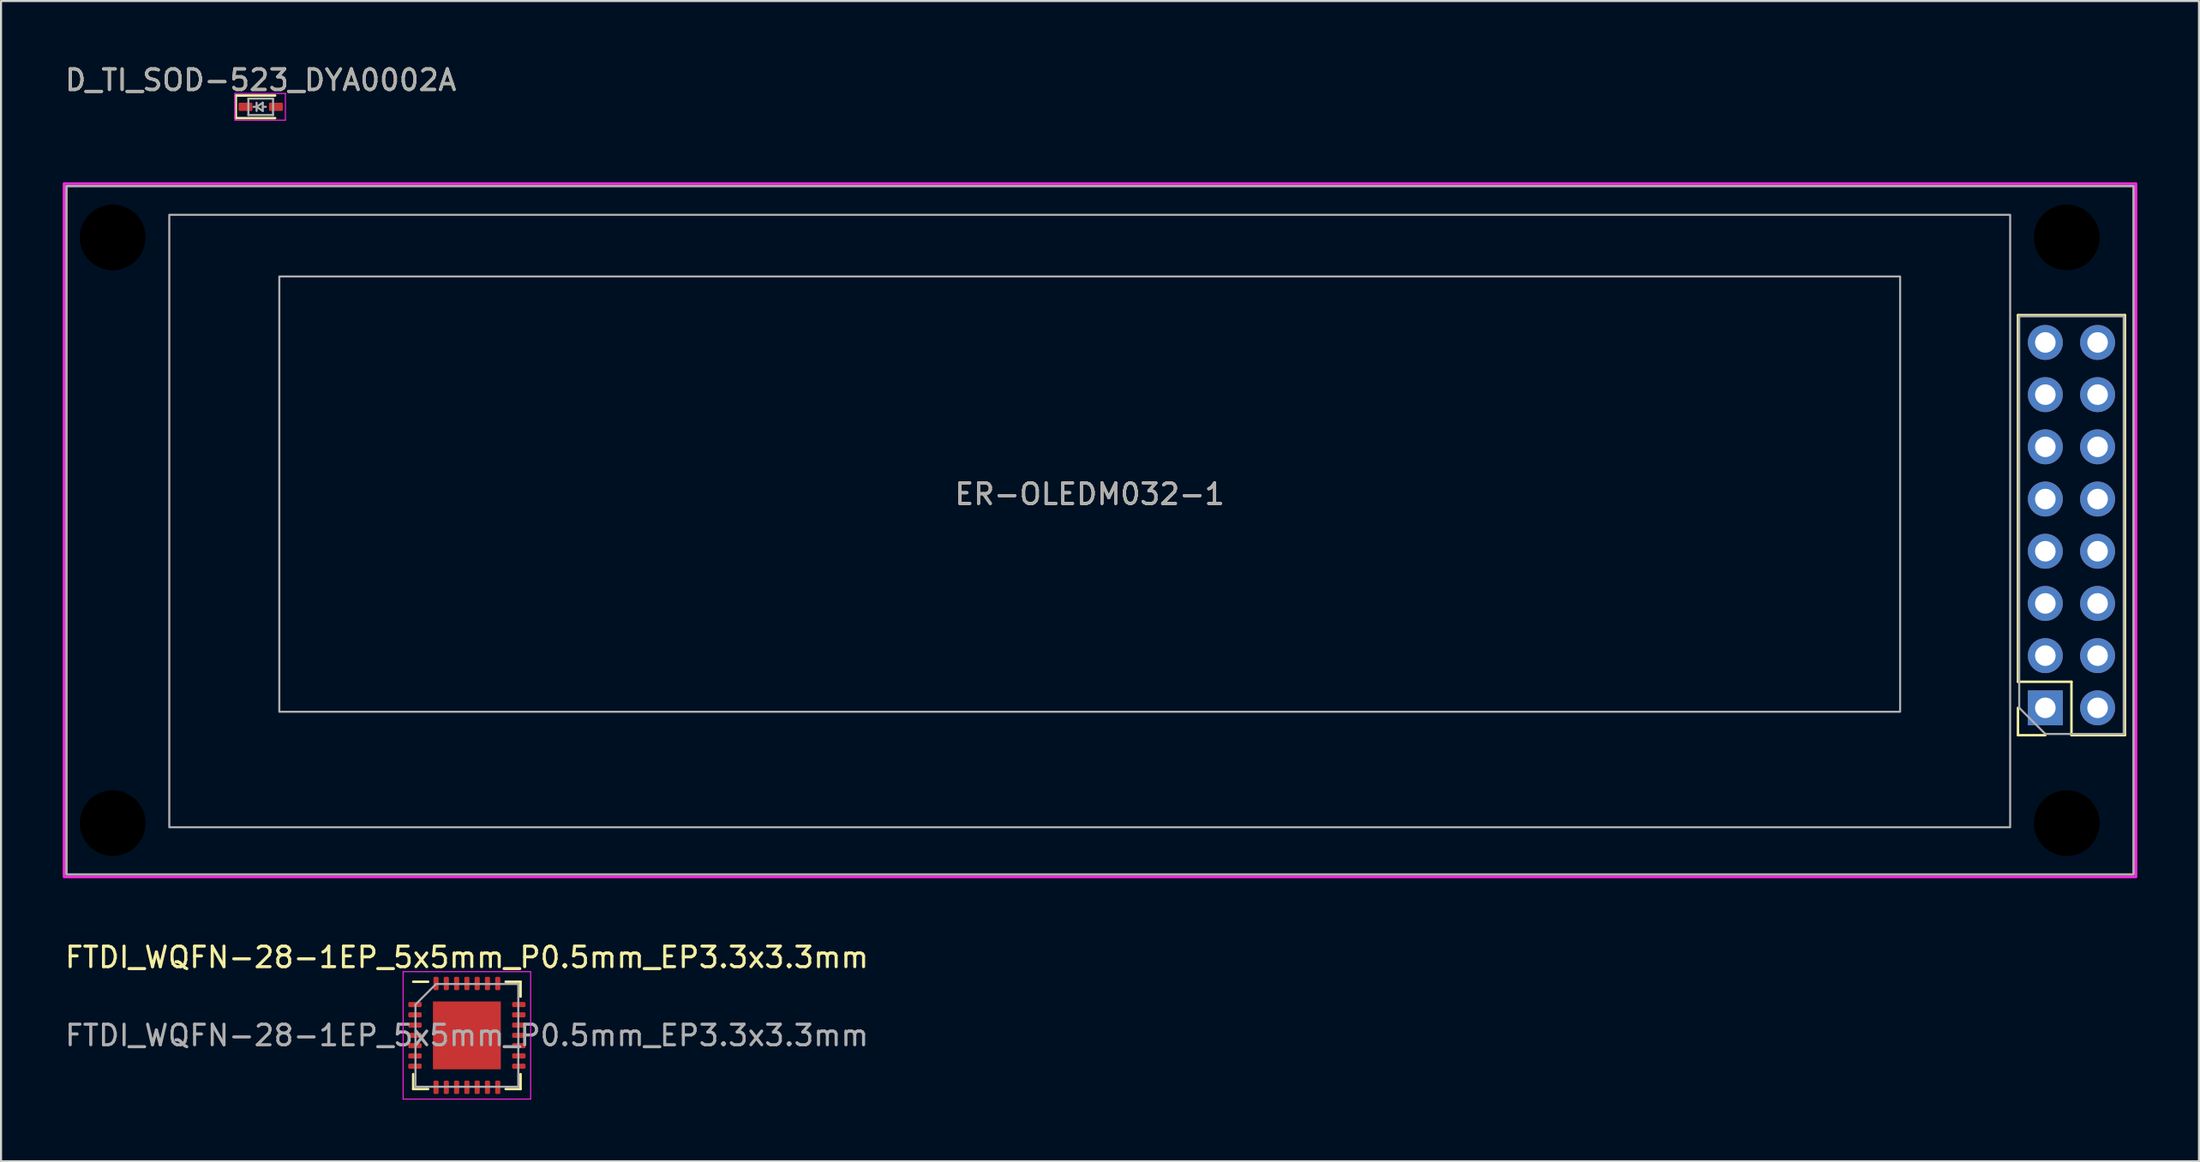
<source format=kicad_pcb>
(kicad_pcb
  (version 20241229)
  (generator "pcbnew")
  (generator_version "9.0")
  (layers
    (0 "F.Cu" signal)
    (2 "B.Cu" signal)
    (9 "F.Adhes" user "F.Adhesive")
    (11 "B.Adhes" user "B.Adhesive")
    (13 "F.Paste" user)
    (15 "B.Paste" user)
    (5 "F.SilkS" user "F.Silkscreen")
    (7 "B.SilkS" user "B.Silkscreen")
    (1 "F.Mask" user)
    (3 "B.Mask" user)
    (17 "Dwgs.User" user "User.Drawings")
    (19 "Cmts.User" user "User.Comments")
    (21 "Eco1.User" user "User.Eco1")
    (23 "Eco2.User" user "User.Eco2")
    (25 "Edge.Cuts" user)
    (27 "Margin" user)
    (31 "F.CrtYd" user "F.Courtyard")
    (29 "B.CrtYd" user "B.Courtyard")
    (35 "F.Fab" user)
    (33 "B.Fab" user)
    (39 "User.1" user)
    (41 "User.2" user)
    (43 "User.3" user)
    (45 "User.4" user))
  (footprint "FTDI_WQFN-28-1EP_5x5mm_P0.5mm_EP3.3x3.3mm"
    (layer "F.Cu")
    (at 19.649 47.331)
    (property "Reference" "FTDI_WQFN-28-1EP_5x5mm_P0.5mm_EP3.3x3.3mm" (at 0 -3.8 0) (layer "F.SilkS") (effects (font (size 1 1) (thickness 0.15))))
    (attr smd)
    (fp_line (start -2.61 2.61) (end -2.61 1.885) (stroke (width 0.12) (type solid)) (layer "F.SilkS"))
    (fp_line (start -1.885 -2.61) (end -2.61 -2.61) (stroke (width 0.12) (type solid)) (layer "F.SilkS"))
    (fp_line (start -1.885 2.61) (end -2.61 2.61) (stroke (width 0.12) (type solid)) (layer "F.SilkS"))
    (fp_line (start 1.885 -2.61) (end 2.61 -2.61) (stroke (width 0.12) (type solid)) (layer "F.SilkS"))
    (fp_line (start 1.885 2.61) (end 2.61 2.61) (stroke (width 0.12) (type solid)) (layer "F.SilkS"))
    (fp_line (start 2.61 -2.61) (end 2.61 -1.885) (stroke (width 0.12) (type solid)) (layer "F.SilkS"))
    (fp_line (start 2.61 2.61) (end 2.61 1.885) (stroke (width 0.12) (type solid)) (layer "F.SilkS"))
    (fp_line (start -3.1 -3.1) (end -3.1 3.1) (stroke (width 0.05) (type solid)) (layer "F.CrtYd"))
    (fp_line (start -3.1 3.1) (end 3.1 3.1) (stroke (width 0.05) (type solid)) (layer "F.CrtYd"))
    (fp_line (start 3.1 -3.1) (end -3.1 -3.1) (stroke (width 0.05) (type solid)) (layer "F.CrtYd"))
    (fp_line (start 3.1 3.1) (end 3.1 -3.1) (stroke (width 0.05) (type solid)) (layer "F.CrtYd"))
    (fp_line (start -2.5 -1.5) (end -1.5 -2.5) (stroke (width 0.1) (type solid)) (layer "F.Fab"))
    (fp_line (start -2.5 2.5) (end -2.5 -1.5) (stroke (width 0.1) (type solid)) (layer "F.Fab"))
    (fp_line (start -1.5 -2.5) (end 2.5 -2.5) (stroke (width 0.1) (type solid)) (layer "F.Fab"))
    (fp_line (start 2.5 -2.5) (end 2.5 2.5) (stroke (width 0.1) (type solid)) (layer "F.Fab"))
    (fp_line (start 2.5 2.5) (end -2.5 2.5) (stroke (width 0.1) (type solid)) (layer "F.Fab"))
    (fp_text user "${REFERENCE}" (at 0 0 0) (layer "F.Fab") (effects (font (size 1 1) (thickness 0.15))))
    (pad "" smd roundrect (at -1.12 -1.12) (size 0.9 0.9) (layers "F.Paste") (roundrect_rratio 0.25))
    (pad "" smd roundrect (at -1.12 0) (size 0.9 0.9) (layers "F.Paste") (roundrect_rratio 0.25))
    (pad "" smd roundrect (at -1.12 1.12) (size 0.9 0.9) (layers "F.Paste") (roundrect_rratio 0.25))
    (pad "" smd roundrect (at 0 -1.12) (size 0.9 0.9) (layers "F.Paste") (roundrect_rratio 0.25))
    (pad "" smd roundrect (at 0 0) (size 0.9 0.9) (layers "F.Paste") (roundrect_rratio 0.25))
    (pad "" smd roundrect (at 0 1.12) (size 0.9 0.9) (layers "F.Paste") (roundrect_rratio 0.25))
    (pad "" smd roundrect (at 1.12 -1.12) (size 0.9 0.9) (layers "F.Paste") (roundrect_rratio 0.25))
    (pad "" smd roundrect (at 1.12 0) (size 0.9 0.9) (layers "F.Paste") (roundrect_rratio 0.25))
    (pad "" smd roundrect (at 1.12 1.12) (size 0.9 0.9) (layers "F.Paste") (roundrect_rratio 0.25))
    (pad "1" smd roundrect (at -2.525 -1.5) (size 0.65 0.25) (layers "F.Cu" "F.Mask" "F.Paste") (roundrect_rratio 0.25))
    (pad "2" smd roundrect (at -2.525 -1) (size 0.65 0.25) (layers "F.Cu" "F.Mask" "F.Paste") (roundrect_rratio 0.25))
    (pad "3" smd roundrect (at -2.525 -0.5) (size 0.65 0.25) (layers "F.Cu" "F.Mask" "F.Paste") (roundrect_rratio 0.25))
    (pad "4" smd roundrect (at -2.525 0) (size 0.65 0.25) (layers "F.Cu" "F.Mask" "F.Paste") (roundrect_rratio 0.25))
    (pad "5" smd roundrect (at -2.525 0.5) (size 0.65 0.25) (layers "F.Cu" "F.Mask" "F.Paste") (roundrect_rratio 0.25))
    (pad "6" smd roundrect (at -2.525 1) (size 0.65 0.25) (layers "F.Cu" "F.Mask" "F.Paste") (roundrect_rratio 0.25))
    (pad "7" smd roundrect (at -2.525 1.5) (size 0.65 0.25) (layers "F.Cu" "F.Mask" "F.Paste") (roundrect_rratio 0.25))
    (pad "8" smd roundrect (at -1.5 2.525) (size 0.25 0.65) (layers "F.Cu" "F.Mask" "F.Paste") (roundrect_rratio 0.25))
    (pad "9" smd roundrect (at -1 2.525) (size 0.25 0.65) (layers "F.Cu" "F.Mask" "F.Paste") (roundrect_rratio 0.25))
    (pad "10" smd roundrect (at -0.5 2.525) (size 0.25 0.65) (layers "F.Cu" "F.Mask" "F.Paste") (roundrect_rratio 0.25))
    (pad "11" smd roundrect (at 0 2.525) (size 0.25 0.65) (layers "F.Cu" "F.Mask" "F.Paste") (roundrect_rratio 0.25))
    (pad "12" smd roundrect (at 0.5 2.525) (size 0.25 0.65) (layers "F.Cu" "F.Mask" "F.Paste") (roundrect_rratio 0.25))
    (pad "13" smd roundrect (at 1 2.525) (size 0.25 0.65) (layers "F.Cu" "F.Mask" "F.Paste") (roundrect_rratio 0.25))
    (pad "14" smd roundrect (at 1.5 2.525) (size 0.25 0.65) (layers "F.Cu" "F.Mask" "F.Paste") (roundrect_rratio 0.25))
    (pad "15" smd roundrect (at 2.525 1.5) (size 0.65 0.25) (layers "F.Cu" "F.Mask" "F.Paste") (roundrect_rratio 0.25))
    (pad "16" smd roundrect (at 2.525 1) (size 0.65 0.25) (layers "F.Cu" "F.Mask" "F.Paste") (roundrect_rratio 0.25))
    (pad "17" smd roundrect (at 2.525 0.5) (size 0.65 0.25) (layers "F.Cu" "F.Mask" "F.Paste") (roundrect_rratio 0.25))
    (pad "18" smd roundrect (at 2.525 0) (size 0.65 0.25) (layers "F.Cu" "F.Mask" "F.Paste") (roundrect_rratio 0.25))
    (pad "19" smd roundrect (at 2.525 -0.5) (size 0.65 0.25) (layers "F.Cu" "F.Mask" "F.Paste") (roundrect_rratio 0.25))
    (pad "20" smd roundrect (at 2.525 -1) (size 0.65 0.25) (layers "F.Cu" "F.Mask" "F.Paste") (roundrect_rratio 0.25))
    (pad "21" smd roundrect (at 2.525 -1.5) (size 0.65 0.25) (layers "F.Cu" "F.Mask" "F.Paste") (roundrect_rratio 0.25))
    (pad "22" smd roundrect (at 1.5 -2.525) (size 0.25 0.65) (layers "F.Cu" "F.Mask" "F.Paste") (roundrect_rratio 0.25))
    (pad "23" smd roundrect (at 1 -2.525) (size 0.25 0.65) (layers "F.Cu" "F.Mask" "F.Paste") (roundrect_rratio 0.25))
    (pad "24" smd roundrect (at 0.5 -2.525) (size 0.25 0.65) (layers "F.Cu" "F.Mask" "F.Paste") (roundrect_rratio 0.25))
    (pad "25" smd roundrect (at 0 -2.525) (size 0.25 0.65) (layers "F.Cu" "F.Mask" "F.Paste") (roundrect_rratio 0.25))
    (pad "26" smd roundrect (at -0.5 -2.525) (size 0.25 0.65) (layers "F.Cu" "F.Mask" "F.Paste") (roundrect_rratio 0.25))
    (pad "27" smd roundrect (at -1 -2.525) (size 0.25 0.65) (layers "F.Cu" "F.Mask" "F.Paste") (roundrect_rratio 0.25))
    (pad "28" smd roundrect (at -1.5 -2.525) (size 0.25 0.65) (layers "F.Cu" "F.Mask" "F.Paste") (roundrect_rratio 0.25))
    (pad "29" smd rect (at 0 0) (size 3.3 3.3) (layers "F.Cu" "F.Mask")))
  (footprint "ER-OLEDM032-1"
    (layer "F.Cu")
    (at 49.93 20.993)
    (property "Reference" "ER-OLEDM032-1" (at 0 0 0) (layer "F.SilkS") (effects (font (size 1 1) (thickness 0.15))))
    (attr through_hole)
    (fp_line (start 45.13 -8.71) (end 50.33 -8.71) (stroke (width 0.12) (type solid)) (layer "F.SilkS"))
    (fp_line (start 45.13 9.13) (end 45.13 -8.71) (stroke (width 0.12) (type solid)) (layer "F.SilkS"))
    (fp_line (start 45.13 9.13) (end 47.73 9.13) (stroke (width 0.12) (type solid)) (layer "F.SilkS"))
    (fp_line (start 45.13 10.4) (end 45.13 11.73) (stroke (width 0.12) (type solid)) (layer "F.SilkS"))
    (fp_line (start 45.13 11.73) (end 46.46 11.73) (stroke (width 0.12) (type solid)) (layer "F.SilkS"))
    (fp_line (start 47.73 9.13) (end 47.73 11.73) (stroke (width 0.12) (type solid)) (layer "F.SilkS"))
    (fp_line (start 47.73 11.73) (end 50.33 11.73) (stroke (width 0.12) (type solid)) (layer "F.SilkS"))
    (fp_line (start 50.33 11.73) (end 50.33 -8.71) (stroke (width 0.12) (type solid)) (layer "F.SilkS"))
    (fp_rect (start -49.87 -15.11) (end 50.87 18.63) (stroke (width 0.12) (type solid)) (fill no) (layer "F.CrtYd"))
    (fp_line (start 45.19 -8.65) (end 45.19 10.4) (stroke (width 0.1) (type solid)) (layer "F.Fab"))
    (fp_line (start 45.19 10.4) (end 46.46 11.67) (stroke (width 0.1) (type solid)) (layer "F.Fab"))
    (fp_line (start 46.46 11.67) (end 50.27 11.67) (stroke (width 0.1) (type solid)) (layer "F.Fab"))
    (fp_line (start 50.27 -8.65) (end 45.19 -8.65) (stroke (width 0.1) (type solid)) (layer "F.Fab"))
    (fp_line (start 50.27 11.67) (end 50.27 -8.65) (stroke (width 0.1) (type solid)) (layer "F.Fab"))
    (fp_rect (start -49.75 -14.99) (end 50.75 18.51) (stroke (width 0.12) (type solid)) (fill no) (layer "F.Fab"))
    (fp_rect (start -44.75 -13.59) (end 44.75 16.21) (stroke (width 0.1) (type solid)) (fill no) (layer "F.Fab"))
    (fp_rect (start -39.4 -10.59) (end 39.4 10.59) (stroke (width 0.1) (type solid)) (fill no) (layer "F.Fab"))
    (fp_text user "${REFERENCE}" (at 0 0 0) (layer "F.Fab") (effects (font (size 1 1) (thickness 0.15))))
    (pad "" np_thru_hole circle (at -47.5 -12.49) (size 4.2 4.2) (drill 3.2) (layers "*.Mask"))
    (pad "" np_thru_hole circle (at -47.5 16.01) (size 4.2 4.2) (drill 3.2) (layers "*.Mask"))
    (pad "" np_thru_hole circle (at 47.5 -12.49) (size 4.2 4.2) (drill 3.2) (layers "*.Mask"))
    (pad "" np_thru_hole circle (at 47.5 16.01) (size 4.2 4.2) (drill 3.2) (layers "*.Mask"))
    (pad "1" thru_hole rect (at 46.46 10.4 180) (size 1.7 1.7) (drill 1) (layers "*.Cu" "*.Mask"))
    (pad "2" thru_hole oval (at 49 10.4 180) (size 1.7 1.7) (drill 1) (layers "*.Cu" "*.Mask"))
    (pad "3" thru_hole oval (at 46.46 7.86 180) (size 1.7 1.7) (drill 1) (layers "*.Cu" "*.Mask"))
    (pad "4" thru_hole oval (at 49 7.86 180) (size 1.7 1.7) (drill 1) (layers "*.Cu" "*.Mask"))
    (pad "5" thru_hole oval (at 46.46 5.32 180) (size 1.7 1.7) (drill 1) (layers "*.Cu" "*.Mask"))
    (pad "6" thru_hole oval (at 49 5.32 180) (size 1.7 1.7) (drill 1) (layers "*.Cu" "*.Mask"))
    (pad "7" thru_hole oval (at 46.46 2.78 180) (size 1.7 1.7) (drill 1) (layers "*.Cu" "*.Mask"))
    (pad "8" thru_hole oval (at 49 2.78 180) (size 1.7 1.7) (drill 1) (layers "*.Cu" "*.Mask"))
    (pad "9" thru_hole oval (at 46.46 0.24 180) (size 1.7 1.7) (drill 1) (layers "*.Cu" "*.Mask"))
    (pad "10" thru_hole oval (at 49 0.24 180) (size 1.7 1.7) (drill 1) (layers "*.Cu" "*.Mask"))
    (pad "11" thru_hole oval (at 46.46 -2.3 180) (size 1.7 1.7) (drill 1) (layers "*.Cu" "*.Mask"))
    (pad "12" thru_hole oval (at 49 -2.3 180) (size 1.7 1.7) (drill 1) (layers "*.Cu" "*.Mask"))
    (pad "13" thru_hole oval (at 46.46 -4.84 180) (size 1.7 1.7) (drill 1) (layers "*.Cu" "*.Mask"))
    (pad "14" thru_hole oval (at 49 -4.84 180) (size 1.7 1.7) (drill 1) (layers "*.Cu" "*.Mask"))
    (pad "15" thru_hole oval (at 46.46 -7.38 180) (size 1.7 1.7) (drill 1) (layers "*.Cu" "*.Mask"))
    (pad "16" thru_hole oval (at 49 -7.38 180) (size 1.7 1.7) (drill 1) (layers "*.Cu" "*.Mask")))
  (footprint "D_TI_SOD-523_DYA0002A"
    (layer "F.Cu")
    (at 9.625 2.148)
    (property "Reference" "D_TI_SOD-523_DYA0002A" (at 0 -1.3 0) (layer "F.SilkS") (effects (font (size 1 1) (thickness 0.15))))
    (attr smd)
    (fp_line (start -1.21 -0.55) (end -1.21 0.55) (stroke (width 0.12) (type solid)) (layer "F.SilkS"))
    (fp_line (start 0.7 -0.55) (end -1.21 -0.55) (stroke (width 0.12) (type solid)) (layer "F.SilkS"))
    (fp_line (start 0.7 0.55) (end -1.21 0.55) (stroke (width 0.12) (type solid)) (layer "F.SilkS"))
    (fp_line (start -1.25 -0.65) (end 1.2 -0.65) (stroke (width 0.05) (type solid)) (layer "F.CrtYd"))
    (fp_line (start -1.25 0.65) (end -1.25 -0.65) (stroke (width 0.05) (type solid)) (layer "F.CrtYd"))
    (fp_line (start 1.2 -0.65) (end 1.2 0.65) (stroke (width 0.05) (type solid)) (layer "F.CrtYd"))
    (fp_line (start 1.2 0.65) (end -1.25 0.65) (stroke (width 0.05) (type solid)) (layer "F.CrtYd"))
    (fp_line (start -0.6 -0.4) (end 0.6 -0.4) (stroke (width 0.1) (type solid)) (layer "F.Fab"))
    (fp_line (start -0.6 0.4) (end -0.6 -0.4) (stroke (width 0.1) (type solid)) (layer "F.Fab"))
    (fp_line (start -0.2 0) (end -0.35 0) (stroke (width 0.1) (type solid)) (layer "F.Fab"))
    (fp_line (start -0.2 0) (end 0.1 0.2) (stroke (width 0.1) (type solid)) (layer "F.Fab"))
    (fp_line (start -0.2 0.2) (end -0.2 -0.2) (stroke (width 0.1) (type solid)) (layer "F.Fab"))
    (fp_line (start 0.1 -0.2) (end -0.2 0) (stroke (width 0.1) (type solid)) (layer "F.Fab"))
    (fp_line (start 0.1 0) (end 0.25 0) (stroke (width 0.1) (type solid)) (layer "F.Fab"))
    (fp_line (start 0.1 0.2) (end 0.1 -0.2) (stroke (width 0.1) (type solid)) (layer "F.Fab"))
    (fp_line (start 0.6 -0.4) (end 0.6 0.4) (stroke (width 0.1) (type solid)) (layer "F.Fab"))
    (fp_line (start 0.6 0.4) (end -0.6 0.4) (stroke (width 0.1) (type solid)) (layer "F.Fab"))
    (fp_text user "${REFERENCE}" (at 0 -1.3 0) (layer "F.Fab") (effects (font (size 1 1) (thickness 0.15))))
    (pad "1" smd roundrect (at -0.74 0 180) (size 0.67 0.4) (layers "F.Cu" "F.Mask" "F.Paste") (roundrect_rratio 0.125))
    (pad "2" smd roundrect (at 0.74 0 180) (size 0.67 0.4) (layers "F.Cu" "F.Mask" "F.Paste") (roundrect_rratio 0.125)))
  (gr_rect
    (start -3 -3)
    (end 103.86 53.456)
    (stroke (width 0.1) (type default))
    (fill no)
    (layer "Edge.Cuts")))
</source>
